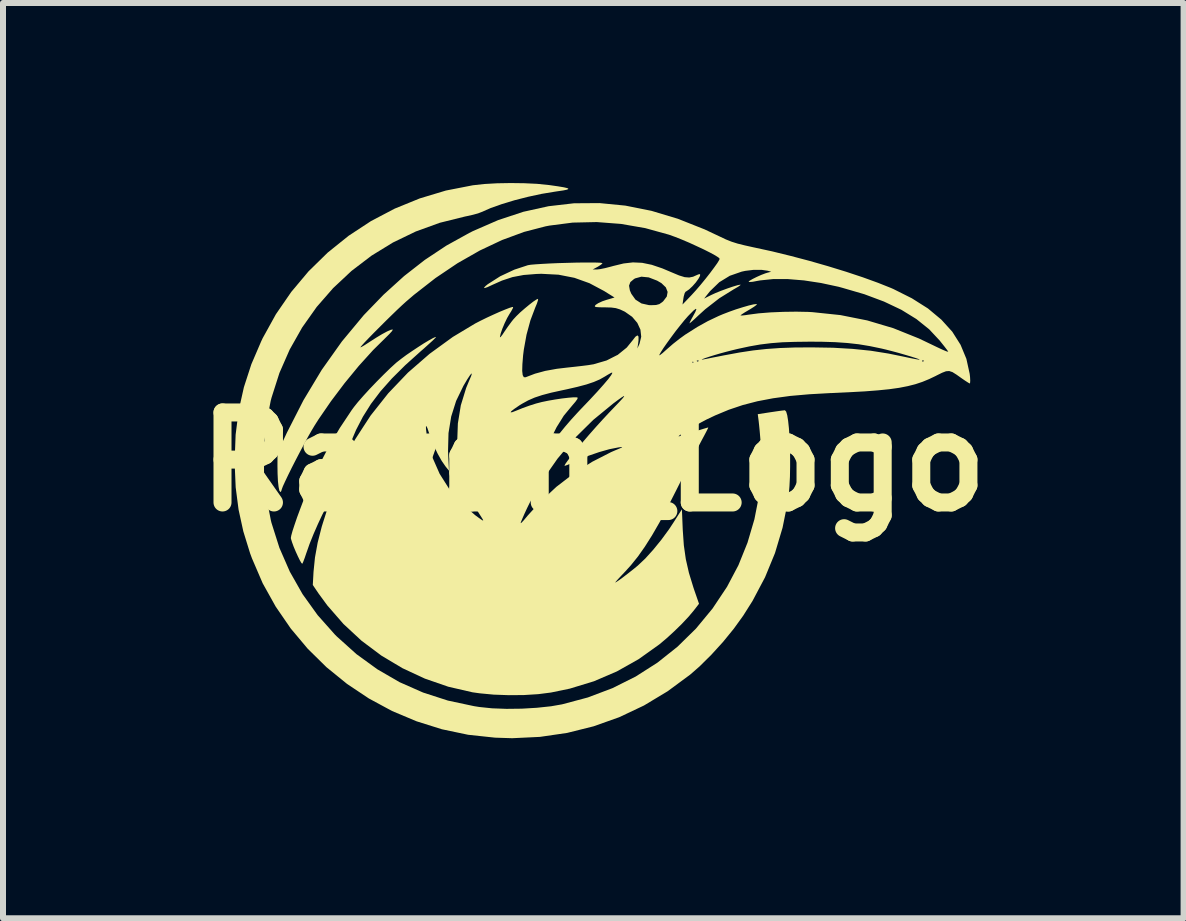
<source format=kicad_pcb>
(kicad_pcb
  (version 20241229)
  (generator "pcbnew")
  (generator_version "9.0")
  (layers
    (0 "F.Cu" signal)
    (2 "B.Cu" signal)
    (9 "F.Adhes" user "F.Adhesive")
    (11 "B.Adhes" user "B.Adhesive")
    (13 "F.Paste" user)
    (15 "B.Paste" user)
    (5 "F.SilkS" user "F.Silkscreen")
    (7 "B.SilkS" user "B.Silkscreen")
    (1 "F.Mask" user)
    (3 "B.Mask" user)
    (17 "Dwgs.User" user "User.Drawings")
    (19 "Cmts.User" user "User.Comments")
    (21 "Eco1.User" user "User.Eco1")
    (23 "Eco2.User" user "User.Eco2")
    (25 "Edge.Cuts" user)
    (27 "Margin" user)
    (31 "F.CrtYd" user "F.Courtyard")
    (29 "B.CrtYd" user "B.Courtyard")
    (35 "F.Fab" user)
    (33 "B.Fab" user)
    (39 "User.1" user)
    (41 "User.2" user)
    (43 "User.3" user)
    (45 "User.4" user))
  (footprint "Raven_Logo"
    (layer "F.Cu")
    (at 6.836 4.644)
    (property "Reference" "Raven_Logo" (at 0 0 0) (layer "F.SilkS") (effects (font (size 1.5 1.5) (thickness 0.3))))
    (attr board_only exclude_from_pos_files exclude_from_bom)
    (fp_poly (pts (xy -1.15 -4.641) (xy -0.937 -4.631) (xy -0.752 -4.612) (xy -0.739 -4.611) (xy -0.592 -4.59) (xy -0.49 -4.573) (xy -0.431 -4.559) (xy -0.414 -4.546) (xy -0.438 -4.534) (xy -0.501 -4.521) (xy -0.603 -4.506) (xy -0.642 -4.5) (xy -0.86 -4.464) (xy -1.087 -4.415) (xy -1.311 -4.358) (xy -1.522 -4.294) (xy -1.709 -4.228) (xy -1.862 -4.161) (xy -1.868 -4.159) (xy -1.92 -4.139) (xy -2.003 -4.116) (xy -2.101 -4.094) (xy -2.139 -4.086) (xy -2.558 -3.982) (xy -2.958 -3.837) (xy -3.339 -3.653) (xy -3.696 -3.434) (xy -4.029 -3.18) (xy -4.334 -2.895) (xy -4.609 -2.58) (xy -4.851 -2.238) (xy -5.059 -1.87) (xy -5.23 -1.48) (xy -5.361 -1.07) (xy -5.375 -1.018) (xy -5.45 -0.631) (xy -5.487 -0.228) (xy -5.487 0.181) (xy -5.449 0.585) (xy -5.373 0.975) (xy -5.363 1.016) (xy -5.23 1.435) (xy -5.057 1.831) (xy -4.845 2.205) (xy -4.594 2.555) (xy -4.305 2.88) (xy -4.275 2.91) (xy -3.947 3.205) (xy -3.598 3.458) (xy -3.229 3.672) (xy -2.837 3.845) (xy -2.423 3.979) (xy -1.987 4.072) (xy -1.899 4.086) (xy -1.687 4.108) (xy -1.447 4.117) (xy -1.193 4.114) (xy -0.941 4.099) (xy -0.705 4.074) (xy -0.522 4.042) (xy -0.091 3.927) (xy 0.319 3.772) (xy 0.705 3.579) (xy 1.067 3.348) (xy 1.402 3.082) (xy 1.709 2.781) (xy 1.986 2.446) (xy 2.23 2.08) (xy 2.231 2.077) (xy 2.418 1.723) (xy 2.569 1.348) (xy 2.684 0.958) (xy 2.762 0.561) (xy 2.799 0.164) (xy 2.795 -0.226) (xy 2.792 -0.27) (xy 2.782 -0.393) (xy 2.772 -0.512) (xy 2.762 -0.612) (xy 2.755 -0.677) (xy 2.74 -0.793) (xy 2.955 -0.826) (xy 3.05 -0.84) (xy 3.129 -0.851) (xy 3.18 -0.857) (xy 3.192 -0.858) (xy 3.213 -0.836) (xy 3.231 -0.775) (xy 3.246 -0.68) (xy 3.259 -0.558) (xy 3.269 -0.415) (xy 3.276 -0.256) (xy 3.279 -0.088) (xy 3.279 0.083) (xy 3.276 0.25) (xy 3.268 0.408) (xy 3.256 0.552) (xy 3.243 0.654) (xy 3.153 1.099) (xy 3.027 1.521) (xy 2.861 1.925) (xy 2.653 2.318) (xy 2.497 2.565) (xy 2.341 2.781) (xy 2.161 3.002) (xy 1.966 3.216) (xy 1.769 3.411) (xy 1.613 3.547) (xy 1.238 3.824) (xy 0.844 4.061) (xy 0.432 4.256) (xy 0.004 4.408) (xy -0.437 4.518) (xy -0.89 4.584) (xy -1.352 4.606) (xy -1.636 4.597) (xy -2.085 4.549) (xy -2.523 4.457) (xy -2.946 4.324) (xy -3.353 4.153) (xy -3.74 3.944) (xy -4.104 3.701) (xy -4.445 3.424) (xy -4.758 3.116) (xy -5.041 2.779) (xy -5.292 2.414) (xy -5.509 2.025) (xy -5.687 1.611) (xy -5.719 1.525) (xy -5.832 1.159) (xy -5.911 0.797) (xy -5.959 0.426) (xy -5.976 0.034) (xy -5.976 -0.023) (xy -5.96 -0.451) (xy -5.909 -0.855) (xy -5.822 -1.243) (xy -5.698 -1.625) (xy -5.533 -2.009) (xy -5.51 -2.058) (xy -5.289 -2.458) (xy -5.033 -2.83) (xy -4.745 -3.173) (xy -4.425 -3.486) (xy -4.078 -3.765) (xy -3.705 -4.01) (xy -3.309 -4.218) (xy -2.892 -4.388) (xy -2.457 -4.519) (xy -2.007 -4.607) (xy -1.998 -4.608) (xy -1.817 -4.628) (xy -1.605 -4.64) (xy -1.378 -4.644)) (stroke (width 0) (type solid)) (fill yes) (layer "F.SilkS"))
    (fp_poly (pts (xy 0.534 -4.268) (xy 0.969 -4.181) (xy 1.408 -4.049) (xy 1.854 -3.872) (xy 2.107 -3.753) (xy 2.208 -3.705) (xy 2.303 -3.667) (xy 2.404 -3.635) (xy 2.525 -3.605) (xy 2.678 -3.571) (xy 2.679 -3.571) (xy 2.978 -3.506) (xy 3.288 -3.43) (xy 3.603 -3.347) (xy 3.913 -3.258) (xy 4.212 -3.166) (xy 4.492 -3.073) (xy 4.743 -2.982) (xy 4.959 -2.896) (xy 5 -2.878) (xy 5.309 -2.723) (xy 5.576 -2.554) (xy 5.799 -2.368) (xy 5.981 -2.167) (xy 6.119 -1.949) (xy 6.216 -1.715) (xy 6.271 -1.465) (xy 6.277 -1.413) (xy 6.28 -1.35) (xy 6.277 -1.311) (xy 6.273 -1.304) (xy 6.248 -1.317) (xy 6.198 -1.349) (xy 6.144 -1.386) (xy 6.051 -1.452) (xy 5.984 -1.494) (xy 5.929 -1.512) (xy 5.876 -1.508) (xy 5.811 -1.483) (xy 5.722 -1.439) (xy 5.705 -1.43) (xy 5.594 -1.377) (xy 5.482 -1.331) (xy 5.365 -1.292) (xy 5.238 -1.26) (xy 5.095 -1.232) (xy 4.932 -1.209) (xy 4.743 -1.19) (xy 4.524 -1.173) (xy 4.27 -1.159) (xy 3.975 -1.145) (xy 3.959 -1.145) (xy 3.601 -1.125) (xy 3.282 -1.097) (xy 2.995 -1.058) (xy 2.733 -1.008) (xy 2.49 -0.945) (xy 2.258 -0.867) (xy 2.032 -0.773) (xy 1.888 -0.705) (xy 1.808 -0.663) (xy 1.719 -0.613) (xy 1.627 -0.56) (xy 1.543 -0.51) (xy 1.474 -0.466) (xy 1.43 -0.435) (xy 1.419 -0.423) (xy 1.439 -0.427) (xy 1.494 -0.443) (xy 1.576 -0.467) (xy 1.663 -0.495) (xy 1.761 -0.526) (xy 1.842 -0.551) (xy 1.896 -0.567) (xy 1.915 -0.572) (xy 1.908 -0.553) (xy 1.883 -0.503) (xy 1.844 -0.429) (xy 1.807 -0.36) (xy 1.767 -0.284) (xy 1.71 -0.175) (xy 1.64 -0.039) (xy 1.562 0.115) (xy 1.479 0.28) (xy 1.395 0.448) (xy 1.383 0.472) (xy 1.236 0.761) (xy 1.102 1.012) (xy 0.977 1.228) (xy 0.858 1.416) (xy 0.743 1.579) (xy 0.628 1.722) (xy 0.535 1.825) (xy 0.464 1.9) (xy 0.408 1.96) (xy 0.373 2) (xy 0.363 2.014) (xy 0.388 2) (xy 0.44 1.965) (xy 0.51 1.913) (xy 0.589 1.852) (xy 0.669 1.789) (xy 0.741 1.73) (xy 0.742 1.729) (xy 0.865 1.613) (xy 0.998 1.466) (xy 1.133 1.3) (xy 1.262 1.124) (xy 1.339 1.007) (xy 1.476 0.792) (xy 1.49 1.134) (xy 1.508 1.391) (xy 1.541 1.623) (xy 1.593 1.851) (xy 1.667 2.093) (xy 1.681 2.135) (xy 1.761 2.366) (xy 1.671 2.482) (xy 1.585 2.584) (xy 1.474 2.702) (xy 1.348 2.825) (xy 1.219 2.943) (xy 1.1 3.043) (xy 0.755 3.289) (xy 0.393 3.493) (xy 0.011 3.657) (xy -0.392 3.78) (xy -0.706 3.845) (xy -0.917 3.872) (xy -1.157 3.887) (xy -1.409 3.889) (xy -1.66 3.88) (xy -1.893 3.858) (xy -2.014 3.841) (xy -2.417 3.748) (xy -2.807 3.613) (xy -3.181 3.439) (xy -3.534 3.228) (xy -3.862 2.982) (xy -4.163 2.703) (xy -4.432 2.394) (xy -4.578 2.195) (xy -4.674 2.053) (xy -4.662 1.833) (xy -4.638 1.595) (xy -4.593 1.347) (xy -4.525 1.081) (xy -4.507 1.023) (xy -1.212 1.023) (xy -1.199 1.017) (xy -1.167 0.984) (xy -1.138 0.95) (xy -1.093 0.896) (xy -1.025 0.821) (xy -0.945 0.734) (xy -0.87 0.655) (xy -0.615 0.417) (xy -0.327 0.196) (xy -0.019 0.00039) (xy 0.296 -0.161) (xy 0.363 -0.19) (xy 0.44 -0.222) (xy 0.478 -0.24) (xy 0.479 -0.246) (xy 0.446 -0.243) (xy 0.412 -0.238) (xy 0.266 -0.209) (xy 0.097 -0.161) (xy -0.078 -0.101) (xy -0.241 -0.033) (xy -0.279 -0.015) (xy -0.365 0.024) (xy -0.432 0.053) (xy -0.473 0.067) (xy -0.481 0.067) (xy -0.466 0.036) (xy -0.424 -0.023) (xy -0.359 -0.107) (xy -0.277 -0.209) (xy -0.179 -0.324) (xy -0.072 -0.449) (xy 0.041 -0.577) (xy 0.156 -0.704) (xy 0.268 -0.824) (xy 0.331 -0.89) (xy 0.424 -0.987) (xy 0.485 -1.053) (xy 0.514 -1.089) (xy 0.51 -1.096) (xy 0.475 -1.075) (xy 0.407 -1.027) (xy 0.332 -0.971) (xy -0.002 -0.697) (xy -0.314 -0.389) (xy -0.597 -0.051) (xy -0.848 0.308) (xy -1.06 0.683) (xy -1.103 0.771) (xy -1.147 0.866) (xy -1.182 0.946) (xy -1.205 1.001) (xy -1.212 1.023) (xy -4.507 1.023) (xy -4.432 0.788) (xy -4.384 0.652) (xy -4.385 0.648) (xy -4.405 0.678) (xy -4.439 0.736) (xy -4.45 0.755) (xy -4.516 0.882) (xy -4.589 1.038) (xy -4.662 1.205) (xy -4.728 1.369) (xy -4.779 1.514) (xy -4.782 1.522) (xy -4.809 1.602) (xy -4.833 1.665) (xy -4.848 1.698) (xy -4.849 1.699) (xy -4.864 1.687) (xy -4.89 1.642) (xy -4.923 1.575) (xy -4.959 1.496) (xy -4.993 1.415) (xy -5.02 1.341) (xy -5.037 1.286) (xy -5.04 1.27) (xy -5.033 1.229) (xy -5.012 1.153) (xy -4.978 1.049) (xy -4.936 0.926) (xy -4.886 0.791) (xy -4.833 0.651) (xy -4.778 0.514) (xy -4.754 0.458) (xy -4.596 0.109) (xy -4.449 -0.172) (xy -4.096 -0.172) (xy -4.085 -0.16) (xy -4.073 -0.172) (xy -4.085 -0.183) (xy -4.096 -0.172) (xy -4.449 -0.172) (xy -4.416 -0.235) (xy -4.224 -0.563) (xy -4.026 -0.861) (xy -3.987 -0.914) (xy -3.923 -0.994) (xy -3.833 -1.097) (xy -3.726 -1.214) (xy -3.609 -1.336) (xy -3.492 -1.454) (xy -3.383 -1.56) (xy -3.289 -1.646) (xy -3.272 -1.66) (xy -3.203 -1.714) (xy -3.117 -1.778) (xy -3.019 -1.845) (xy -2.918 -1.912) (xy -2.822 -1.974) (xy -2.736 -2.025) (xy -2.669 -2.062) (xy -2.629 -2.079) (xy -2.621 -2.079) (xy -2.634 -2.062) (xy -2.676 -2.02) (xy -2.742 -1.96) (xy -2.825 -1.885) (xy -2.875 -1.842) (xy -3.135 -1.608) (xy -3.357 -1.387) (xy -3.546 -1.174) (xy -3.705 -0.964) (xy -3.839 -0.751) (xy -3.953 -0.531) (xy -4.003 -0.414) (xy -4.045 -0.311) (xy -4.066 -0.248) (xy -4.067 -0.227) (xy -4.048 -0.246) (xy -4.008 -0.306) (xy -3.966 -0.377) (xy -3.829 -0.589) (xy -2.789 -0.589) (xy -2.788 -0.544) (xy -2.777 -0.462) (xy -2.759 -0.362) (xy -2.681 -0.073) (xy -2.561 0.2) (xy -2.401 0.453) (xy -2.204 0.684) (xy -1.971 0.888) (xy -1.913 0.931) (xy -1.859 0.969) (xy -1.836 0.981) (xy -1.837 0.97) (xy -1.845 0.955) (xy -1.866 0.921) (xy -1.903 0.863) (xy -1.935 0.812) (xy -2.074 0.551) (xy -2.176 0.269) (xy -2.241 -0.027) (xy -2.268 -0.332) (xy -2.257 -0.639) (xy -2.227 -0.823) (xy -1.378 -0.823) (xy -1.351 -0.826) (xy -1.286 -0.851) (xy -1.266 -0.859) (xy -1.177 -0.895) (xy -1.066 -0.935) (xy -0.956 -0.97) (xy -0.945 -0.973) (xy -0.856 -0.996) (xy -0.749 -1.018) (xy -0.633 -1.038) (xy -0.519 -1.055) (xy -0.415 -1.067) (xy -0.33 -1.074) (xy -0.275 -1.073) (xy -0.26 -1.068) (xy -0.266 -1.045) (xy -0.298 -1) (xy -0.346 -0.944) (xy -0.492 -0.768) (xy -0.612 -0.576) (xy -0.674 -0.452) (xy -0.722 -0.346) (xy -0.755 -0.263) (xy -0.772 -0.209) (xy -0.772 -0.188) (xy -0.761 -0.195) (xy -0.739 -0.223) (xy -0.699 -0.279) (xy -0.647 -0.354) (xy -0.616 -0.4) (xy -0.556 -0.48) (xy -0.473 -0.582) (xy -0.375 -0.696) (xy -0.271 -0.81) (xy -0.216 -0.869) (xy -0.062 -1.03) (xy 0.068 -1.17) (xy 0.172 -1.287) (xy 0.25 -1.379) (xy 0.298 -1.444) (xy 0.317 -1.48) (xy 0.311 -1.487) (xy 0.287 -1.476) (xy 0.236 -1.447) (xy 0.192 -1.42) (xy 0.107 -1.372) (xy 0.007 -1.329) (xy -0.115 -1.288) (xy -0.266 -1.248) (xy -0.453 -1.205) (xy -0.515 -1.192) (xy -0.702 -1.151) (xy -0.853 -1.111) (xy -0.977 -1.07) (xy -1.085 -1.023) (xy -1.187 -0.967) (xy -1.231 -0.94) (xy -1.317 -0.881) (xy -1.367 -0.842) (xy -1.378 -0.823) (xy -2.227 -0.823) (xy -2.208 -0.94) (xy -2.119 -1.23) (xy -2.07 -1.349) (xy -2.036 -1.427) (xy -2.025 -1.466) (xy -2.033 -1.469) (xy -2.059 -1.436) (xy -2.103 -1.369) (xy -2.162 -1.269) (xy -2.164 -1.266) (xy -2.286 -1.014) (xy -2.368 -0.754) (xy -2.413 -0.478) (xy -2.421 -0.18) (xy -2.419 -0.13) (xy -2.405 0.149) (xy -2.461 0.08) (xy -2.526 -0.014) (xy -2.595 -0.137) (xy -2.66 -0.274) (xy -2.715 -0.411) (xy -2.738 -0.481) (xy -2.764 -0.559) (xy -2.781 -0.594) (xy -2.789 -0.589) (xy -3.829 -0.589) (xy -3.71 -0.771) (xy -3.417 -1.141) (xy -3.089 -1.485) (xy -2.729 -1.798) (xy -2.341 -2.08) (xy -1.968 -2.304) (xy -1.879 -2.35) (xy -1.777 -2.4) (xy -1.669 -2.45) (xy -1.564 -2.497) (xy -1.47 -2.536) (xy -1.395 -2.565) (xy -1.348 -2.579) (xy -1.336 -2.579) (xy -1.342 -2.556) (xy -1.368 -2.508) (xy -1.396 -2.464) (xy -1.436 -2.395) (xy -1.478 -2.308) (xy -1.516 -2.217) (xy -1.544 -2.136) (xy -1.556 -2.079) (xy -1.556 -2.074) (xy -1.545 -2.079) (xy -1.517 -2.114) (xy -1.486 -2.161) (xy -1.427 -2.247) (xy -1.36 -2.338) (xy -1.331 -2.374) (xy -1.282 -2.427) (xy -1.217 -2.49) (xy -1.142 -2.555) (xy -1.067 -2.617) (xy -1 -2.669) (xy -0.949 -2.703) (xy -0.922 -2.714) (xy -0.92 -2.713) (xy -0.923 -2.688) (xy -0.941 -2.633) (xy -0.968 -2.569) (xy -1.048 -2.357) (xy -1.113 -2.118) (xy -1.158 -1.869) (xy -1.17 -1.774) (xy -1.182 -1.623) (xy -1.185 -1.514) (xy -1.177 -1.444) (xy -1.158 -1.409) (xy -1.129 -1.408) (xy -1.126 -1.409) (xy -0.971 -1.468) (xy -0.802 -1.514) (xy -0.608 -1.549) (xy -0.44 -1.569) (xy -0.31 -1.583) (xy -0.188 -1.597) (xy -0.085 -1.61) (xy -0.012 -1.622) (xy 0.002 -1.624) (xy 0.122 -1.659) (xy 1.648 -1.659) (xy 1.659 -1.648) (xy 1.67 -1.659) (xy 1.659 -1.67) (xy 1.648 -1.659) (xy 0.122 -1.659) (xy 0.215 -1.686) (xy 1.724 -1.686) (xy 1.727 -1.672) (xy 1.739 -1.67) (xy 1.758 -1.679) (xy 1.754 -1.686) (xy 5.477 -1.686) (xy 5.48 -1.672) (xy 5.492 -1.67) (xy 5.511 -1.679) (xy 5.507 -1.686) (xy 5.48 -1.688) (xy 5.477 -1.686) (xy 1.754 -1.686) (xy 1.727 -1.688) (xy 1.724 -1.686) (xy 0.215 -1.686) (xy 0.219 -1.687) (xy 0.249 -1.702) (xy 1.804 -1.702) (xy 1.822 -1.703) (xy 1.842 -1.707) (xy 1.891 -1.716) (xy 1.973 -1.733) (xy 2.077 -1.753) (xy 2.192 -1.776) (xy 2.194 -1.776) (xy 2.438 -1.821) (xy 2.662 -1.855) (xy 2.881 -1.879) (xy 3.107 -1.895) (xy 3.352 -1.904) (xy 3.629 -1.906) (xy 3.638 -1.906) (xy 3.995 -1.9) (xy 4.32 -1.881) (xy 4.624 -1.85) (xy 4.918 -1.803) (xy 5.177 -1.75) (xy 5.279 -1.728) (xy 5.362 -1.712) (xy 5.419 -1.702) (xy 5.439 -1.701) (xy 5.422 -1.711) (xy 5.37 -1.729) (xy 5.291 -1.754) (xy 5.193 -1.783) (xy 5.086 -1.814) (xy 4.978 -1.843) (xy 4.877 -1.869) (xy 4.805 -1.886) (xy 4.608 -1.927) (xy 4.421 -1.958) (xy 4.232 -1.979) (xy 4.029 -1.993) (xy 3.801 -2) (xy 3.604 -2.001) (xy 3.36 -1.998) (xy 3.149 -1.991) (xy 2.96 -1.976) (xy 2.781 -1.954) (xy 2.599 -1.922) (xy 2.404 -1.88) (xy 2.293 -1.853) (xy 2.201 -1.829) (xy 2.106 -1.803) (xy 2.014 -1.776) (xy 1.931 -1.75) (xy 1.865 -1.728) (xy 1.82 -1.711) (xy 1.804 -1.702) (xy 0.249 -1.702) (xy 0.389 -1.773) (xy 1.098 -1.773) (xy 1.114 -1.78) (xy 1.155 -1.812) (xy 1.213 -1.864) (xy 1.238 -1.886) (xy 1.329 -1.965) (xy 1.437 -2.05) (xy 1.538 -2.123) (xy 1.541 -2.124) (xy 1.731 -2.245) (xy 1.907 -2.343) (xy 2.088 -2.429) (xy 2.159 -2.459) (xy 2.263 -2.499) (xy 2.375 -2.539) (xy 2.487 -2.574) (xy 2.587 -2.603) (xy 2.667 -2.622) (xy 2.717 -2.628) (xy 2.725 -2.627) (xy 2.718 -2.613) (xy 2.678 -2.583) (xy 2.615 -2.543) (xy 2.596 -2.532) (xy 2.525 -2.49) (xy 2.474 -2.457) (xy 2.452 -2.439) (xy 2.452 -2.438) (xy 2.477 -2.437) (xy 2.533 -2.443) (xy 2.586 -2.451) (xy 2.753 -2.473) (xy 2.952 -2.489) (xy 3.166 -2.498) (xy 3.38 -2.501) (xy 3.581 -2.497) (xy 3.649 -2.493) (xy 4.117 -2.444) (xy 4.564 -2.355) (xy 4.998 -2.226) (xy 5.426 -2.054) (xy 5.629 -1.957) (xy 5.733 -1.907) (xy 5.819 -1.867) (xy 5.881 -1.841) (xy 5.912 -1.833) (xy 5.913 -1.836) (xy 5.892 -1.866) (xy 5.849 -1.922) (xy 5.793 -1.992) (xy 5.771 -2.02) (xy 5.595 -2.208) (xy 5.383 -2.378) (xy 5.133 -2.532) (xy 4.844 -2.669) (xy 4.515 -2.792) (xy 4.144 -2.9) (xy 4.085 -2.916) (xy 3.792 -2.979) (xy 3.509 -3.022) (xy 3.241 -3.044) (xy 2.996 -3.044) (xy 2.781 -3.022) (xy 2.729 -3.013) (xy 2.656 -2.999) (xy 2.604 -2.995) (xy 2.586 -2.999) (xy 2.605 -3.017) (xy 2.655 -3.046) (xy 2.723 -3.08) (xy 2.797 -3.113) (xy 2.865 -3.139) (xy 2.9 -3.15) (xy 2.963 -3.166) (xy 2.906 -3.183) (xy 2.802 -3.198) (xy 2.673 -3.198) (xy 2.533 -3.181) (xy 2.472 -3.168) (xy 2.274 -3.099) (xy 2.099 -2.992) (xy 1.946 -2.844) (xy 1.919 -2.811) (xy 1.846 -2.719) (xy 1.963 -2.778) (xy 2.037 -2.812) (xy 2.129 -2.849) (xy 2.229 -2.886) (xy 2.323 -2.918) (xy 2.4 -2.941) (xy 2.449 -2.951) (xy 2.453 -2.951) (xy 2.449 -2.942) (xy 2.413 -2.916) (xy 2.351 -2.88) (xy 2.342 -2.875) (xy 2.099 -2.724) (xy 1.864 -2.541) (xy 1.754 -2.441) (xy 1.688 -2.379) (xy 1.637 -2.333) (xy 1.607 -2.309) (xy 1.602 -2.308) (xy 1.613 -2.335) (xy 1.639 -2.386) (xy 1.655 -2.414) (xy 1.699 -2.495) (xy 1.717 -2.54) (xy 1.709 -2.549) (xy 1.673 -2.523) (xy 1.61 -2.46) (xy 1.577 -2.426) (xy 1.519 -2.36) (xy 1.45 -2.275) (xy 1.374 -2.179) (xy 1.299 -2.078) (xy 1.228 -1.98) (xy 1.168 -1.894) (xy 1.124 -1.825) (xy 1.1 -1.781) (xy 1.098 -1.773) (xy 0.389 -1.773) (xy 0.405 -1.78) (xy 0.557 -1.903) (xy 0.651 -2.019) (xy 0.702 -2.084) (xy 0.735 -2.106) (xy 0.753 -2.086) (xy 0.753 -2.022) (xy 0.747 -1.973) (xy 0.734 -1.888) (xy 0.77 -1.968) (xy 0.798 -2.083) (xy 0.785 -2.201) (xy 0.733 -2.314) (xy 0.647 -2.415) (xy 0.529 -2.498) (xy 0.518 -2.504) (xy 0.443 -2.539) (xy 0.375 -2.56) (xy 0.299 -2.57) (xy 0.195 -2.573) (xy 0.102 -2.574) (xy 0.048 -2.578) (xy 0.026 -2.585) (xy 0.027 -2.599) (xy 0.04 -2.615) (xy 0.081 -2.642) (xy 0.15 -2.674) (xy 0.215 -2.696) (xy 0.353 -2.737) (xy 0.18 -2.845) (xy 0.013 -2.934) (xy 0.595 -2.934) (xy 0.609 -2.855) (xy 0.633 -2.799) (xy 0.702 -2.702) (xy 0.802 -2.638) (xy 0.927 -2.61) (xy 0.964 -2.609) (xy 1.045 -2.612) (xy 1.1 -2.627) (xy 1.148 -2.66) (xy 1.165 -2.675) (xy 1.224 -2.753) (xy 1.238 -2.83) (xy 1.208 -2.906) (xy 1.135 -2.976) (xy 1.063 -3.018) (xy 0.923 -3.072) (xy 0.801 -3.084) (xy 0.695 -3.055) (xy 0.677 -3.044) (xy 0.617 -2.994) (xy 0.595 -2.934) (xy 0.013 -2.934) (xy -0.064 -2.975) (xy -0.315 -3.065) (xy -0.58 -3.117) (xy -0.866 -3.132) (xy -0.951 -3.129) (xy -1.162 -3.112) (xy -1.347 -3.077) (xy -1.522 -3.019) (xy -1.679 -2.949) (xy -1.763 -2.91) (xy -1.811 -2.894) (xy -1.821 -2.901) (xy -1.794 -2.93) (xy -1.758 -2.959) (xy -1.551 -3.091) (xy -1.316 -3.201) (xy -1.091 -3.275) (xy -1.043 -3.283) (xy -0.961 -3.29) (xy -0.852 -3.297) (xy -0.724 -3.304) (xy -0.584 -3.31) (xy -0.439 -3.314) (xy -0.295 -3.318) (xy -0.16 -3.32) (xy -0.04 -3.32) (xy 0.056 -3.319) (xy 0.123 -3.316) (xy 0.152 -3.31) (xy 0.153 -3.309) (xy 0.13 -3.285) (xy 0.082 -3.254) (xy 0.068 -3.246) (xy -0.011 -3.204) (xy 0.061 -3.204) (xy 0.115 -3.21) (xy 0.198 -3.227) (xy 0.295 -3.252) (xy 0.335 -3.263) (xy 0.504 -3.304) (xy 0.66 -3.322) (xy 0.813 -3.315) (xy 0.973 -3.282) (xy 1.15 -3.222) (xy 1.306 -3.156) (xy 1.428 -3.105) (xy 1.522 -3.076) (xy 1.597 -3.07) (xy 1.662 -3.083) (xy 1.702 -3.101) (xy 1.75 -3.122) (xy 1.778 -3.127) (xy 1.779 -3.126) (xy 1.778 -3.097) (xy 1.751 -3.048) (xy 1.707 -2.987) (xy 1.653 -2.926) (xy 1.597 -2.873) (xy 1.548 -2.839) (xy 1.538 -2.834) (xy 1.522 -2.809) (xy 1.506 -2.753) (xy 1.501 -2.723) (xy 1.486 -2.62) (xy 1.639 -2.78) (xy 1.71 -2.858) (xy 1.789 -2.95) (xy 1.869 -3.048) (xy 1.946 -3.146) (xy 2.013 -3.236) (xy 2.066 -3.31) (xy 2.098 -3.363) (xy 2.105 -3.383) (xy 2.085 -3.404) (xy 2.03 -3.439) (xy 1.947 -3.484) (xy 1.842 -3.537) (xy 1.724 -3.592) (xy 1.6 -3.649) (xy 1.475 -3.702) (xy 1.359 -3.748) (xy 1.259 -3.784) (xy 0.865 -3.893) (xy 0.462 -3.963) (xy 0.057 -3.994) (xy -0.344 -3.985) (xy -0.732 -3.935) (xy -0.795 -3.923) (xy -1.153 -3.83) (xy -1.52 -3.695) (xy -1.891 -3.52) (xy -2.263 -3.308) (xy -2.63 -3.061) (xy -2.989 -2.781) (xy -3.121 -2.668) (xy -3.187 -2.608) (xy -3.27 -2.53) (xy -3.363 -2.44) (xy -3.462 -2.343) (xy -3.561 -2.244) (xy -3.656 -2.149) (xy -3.74 -2.063) (xy -3.81 -1.99) (xy -3.858 -1.937) (xy -3.881 -1.909) (xy -3.881 -1.906) (xy -3.861 -1.914) (xy -3.811 -1.943) (xy -3.743 -1.987) (xy -3.717 -2.004) (xy -3.614 -2.07) (xy -3.519 -2.127) (xy -3.437 -2.171) (xy -3.377 -2.198) (xy -3.345 -2.204) (xy -3.341 -2.2) (xy -3.356 -2.175) (xy -3.397 -2.13) (xy -3.438 -2.089) (xy -3.67 -1.86) (xy -3.908 -1.597) (xy -4.144 -1.31) (xy -4.371 -1.009) (xy -4.58 -0.705) (xy -4.643 -0.606) (xy -4.692 -0.524) (xy -4.752 -0.419) (xy -4.818 -0.297) (xy -4.888 -0.165) (xy -4.959 -0.029) (xy -5.026 0.102) (xy -5.086 0.224) (xy -5.136 0.329) (xy -5.173 0.41) (xy -5.192 0.461) (xy -5.194 0.472) (xy -5.206 0.501) (xy -5.214 0.503) (xy -5.231 0.482) (xy -5.244 0.42) (xy -5.255 0.323) (xy -5.261 0.198) (xy -5.263 0.071) (xy -5.262 -0.149) (xy -5.106 -0.484) (xy -4.83 -1.025) (xy -4.525 -1.532) (xy -4.189 -2.005) (xy -3.824 -2.444) (xy -3.495 -2.784) (xy -3.153 -3.094) (xy -2.807 -3.364) (xy -2.448 -3.602) (xy -2.068 -3.812) (xy -2.007 -3.843) (xy -1.587 -4.026) (xy -1.167 -4.165) (xy -0.746 -4.258) (xy -0.322 -4.307) (xy 0.104 -4.31)) (stroke (width 0) (type solid)) (fill yes) (layer "F.SilkS")))
  (gr_rect
    (start -3 -3)
    (end 16.671 12.25)
    (stroke (width 0.1) (type default))
    (fill no)
    (layer "Edge.Cuts")))
</source>
